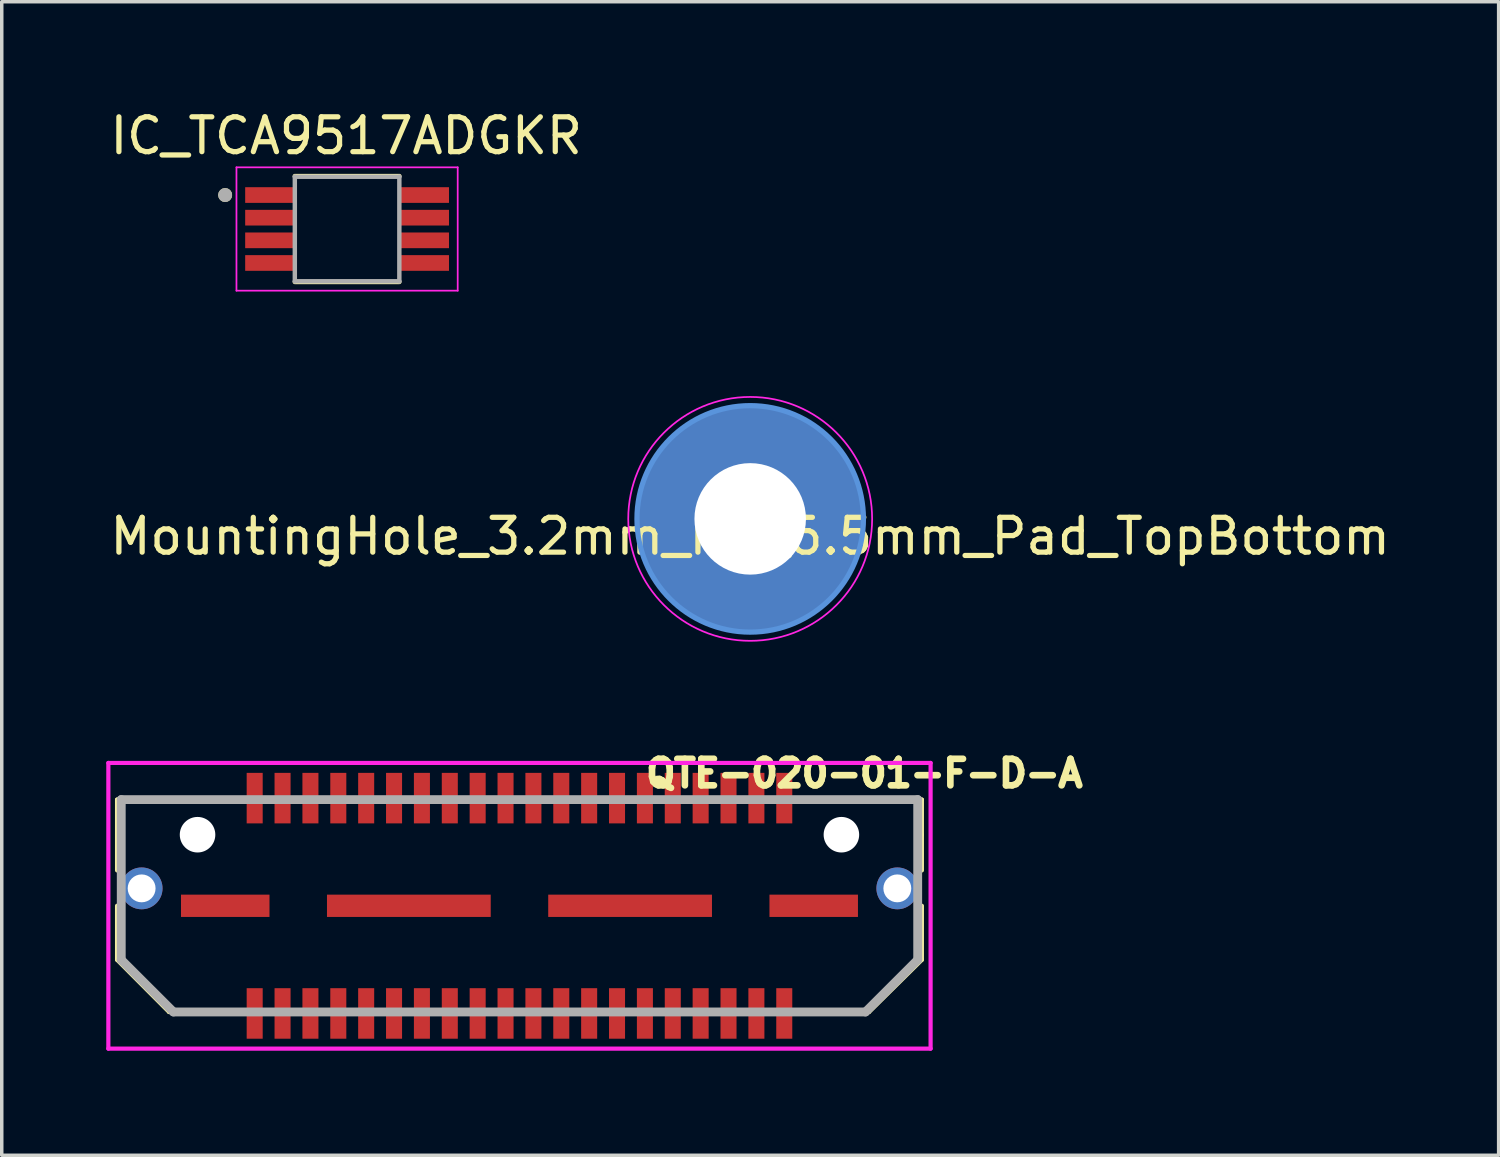
<source format=kicad_pcb>
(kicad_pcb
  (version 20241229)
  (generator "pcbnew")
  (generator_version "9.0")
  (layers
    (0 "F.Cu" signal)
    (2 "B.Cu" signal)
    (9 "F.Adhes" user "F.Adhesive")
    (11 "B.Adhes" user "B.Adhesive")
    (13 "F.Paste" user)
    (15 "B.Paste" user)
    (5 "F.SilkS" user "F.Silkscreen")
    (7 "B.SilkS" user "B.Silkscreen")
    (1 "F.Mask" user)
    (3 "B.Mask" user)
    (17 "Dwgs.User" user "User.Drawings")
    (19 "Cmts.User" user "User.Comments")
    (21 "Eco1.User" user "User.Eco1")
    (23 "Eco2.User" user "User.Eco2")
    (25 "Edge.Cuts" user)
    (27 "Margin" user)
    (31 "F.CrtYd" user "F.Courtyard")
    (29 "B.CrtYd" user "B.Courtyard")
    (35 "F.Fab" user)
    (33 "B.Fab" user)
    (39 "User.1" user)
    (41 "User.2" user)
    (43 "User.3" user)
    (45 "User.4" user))
  (footprint "QTE-020-01-F-D-A"
    (layer "F.Cu")
    (at 11.86 22.948)
    (property "Reference" "QTE-020-01-F-D-A" (at 9.9 -3.8 0) (layer "F.SilkS") (effects (font (size 0.762 0.762) (thickness 0.191))))
    (attr through_hole)
    (fp_line (start -11.55 -3.048) (end -8.248 -3.048) (stroke (width 0.12) (type solid)) (layer "F.SilkS"))
    (fp_line (start -11.55 -2.032) (end -11.55 -3.048) (stroke (width 0.12) (type solid)) (layer "F.SilkS"))
    (fp_line (start -11.55 -1.016) (end -11.55 -2.032) (stroke (width 0.12) (type solid)) (layer "F.SilkS"))
    (fp_line (start -11.55 1.55) (end -11.55 0) (stroke (width 0.12) (type solid)) (layer "F.SilkS"))
    (fp_line (start -10.058 3.048) (end -11.55 1.55) (stroke (width 0.12) (type solid)) (layer "F.SilkS"))
    (fp_line (start -8.248 3.048) (end -10.058 3.048) (stroke (width 0.12) (type solid)) (layer "F.SilkS"))
    (fp_line (start 8.248 3.048) (end 10.033 3.048) (stroke (width 0.12) (type solid)) (layer "F.SilkS"))
    (fp_line (start 10.033 3.048) (end 11.55 1.55) (stroke (width 0.12) (type solid)) (layer "F.SilkS"))
    (fp_line (start 11.55 -3.048) (end 8.248 -3.048) (stroke (width 0.12) (type solid)) (layer "F.SilkS"))
    (fp_line (start 11.55 -2.032) (end 11.55 -3.048) (stroke (width 0.12) (type solid)) (layer "F.SilkS"))
    (fp_line (start 11.55 -1.016) (end 11.55 -2.032) (stroke (width 0.12) (type solid)) (layer "F.SilkS"))
    (fp_line (start 11.55 1.55) (end 11.55 0) (stroke (width 0.12) (type solid)) (layer "F.SilkS"))
    (fp_line (start -11.8 -4.1) (end -11.8 4.1) (stroke (width 0.12) (type solid)) (layer "F.CrtYd"))
    (fp_line (start -11.8 4.1) (end 11.8 4.1) (stroke (width 0.12) (type solid)) (layer "F.CrtYd"))
    (fp_line (start 11.8 -4.1) (end -11.8 -4.1) (stroke (width 0.12) (type solid)) (layer "F.CrtYd"))
    (fp_line (start 11.8 4.1) (end 11.8 -4.1) (stroke (width 0.12) (type solid)) (layer "F.CrtYd"))
    (fp_line (start -11.43 -3.048) (end 11.43 -3.048) (stroke (width 0.254) (type solid)) (layer "F.Fab"))
    (fp_line (start -11.43 1.55) (end -11.43 -3.048) (stroke (width 0.254) (type solid)) (layer "F.Fab"))
    (fp_line (start -9.931 3.048) (end -11.43 1.55) (stroke (width 0.254) (type solid)) (layer "F.Fab"))
    (fp_line (start 9.931 3.048) (end -9.931 3.048) (stroke (width 0.254) (type solid)) (layer "F.Fab"))
    (fp_line (start 11.43 -3.048) (end 11.43 1.55) (stroke (width 0.254) (type solid)) (layer "F.Fab"))
    (fp_line (start 11.43 1.55) (end 9.931 3.048) (stroke (width 0.254) (type solid)) (layer "F.Fab"))
    (pad "" np_thru_hole circle (at -9.24 -2.04 180) (size 1.02 1.02) (drill 1.02) (layers "*.Cu" "*.Mask"))
    (pad "" np_thru_hole circle (at 9.24 -2.04 180) (size 1.02 1.02) (drill 1.02) (layers "*.Cu" "*.Mask"))
    (pad "0" smd rect (at -8.445 0) (size 2.54 0.64) (layers "F.Cu" "F.Mask" "F.Paste"))
    (pad "0" smd rect (at -3.175 0) (size 4.7 0.64) (layers "F.Cu" "F.Mask" "F.Paste"))
    (pad "0" smd rect (at 3.175 0) (size 4.7 0.64) (layers "F.Cu" "F.Mask" "F.Paste"))
    (pad "0" smd rect (at 8.445 0) (size 2.54 0.64) (layers "F.Cu" "F.Mask" "F.Paste"))
    (pad "1" smd rect (at -7.6 -3.09) (size 0.46 1.45) (layers "F.Cu" "F.Mask" "F.Paste"))
    (pad "2" smd rect (at -7.6 3.09) (size 0.46 1.45) (layers "F.Cu" "F.Mask" "F.Paste"))
    (pad "3" smd rect (at -6.8 -3.09) (size 0.46 1.45) (layers "F.Cu" "F.Mask" "F.Paste"))
    (pad "4" smd rect (at -6.8 3.09) (size 0.46 1.45) (layers "F.Cu" "F.Mask" "F.Paste"))
    (pad "5" smd rect (at -6 -3.09) (size 0.46 1.45) (layers "F.Cu" "F.Mask" "F.Paste"))
    (pad "6" smd rect (at -6 3.09) (size 0.46 1.45) (layers "F.Cu" "F.Mask" "F.Paste"))
    (pad "7" smd rect (at -5.2 -3.09) (size 0.46 1.45) (layers "F.Cu" "F.Mask" "F.Paste"))
    (pad "8" smd rect (at -5.2 3.09) (size 0.46 1.45) (layers "F.Cu" "F.Mask" "F.Paste"))
    (pad "9" smd rect (at -4.4 -3.09) (size 0.46 1.45) (layers "F.Cu" "F.Mask" "F.Paste"))
    (pad "10" smd rect (at -4.4 3.09) (size 0.46 1.45) (layers "F.Cu" "F.Mask" "F.Paste"))
    (pad "11" smd rect (at -3.6 -3.09) (size 0.46 1.45) (layers "F.Cu" "F.Mask" "F.Paste"))
    (pad "12" smd rect (at -3.6 3.09) (size 0.46 1.45) (layers "F.Cu" "F.Mask" "F.Paste"))
    (pad "13" smd rect (at -2.8 -3.09) (size 0.46 1.45) (layers "F.Cu" "F.Mask" "F.Paste"))
    (pad "14" smd rect (at -2.8 3.09) (size 0.46 1.45) (layers "F.Cu" "F.Mask" "F.Paste"))
    (pad "15" smd rect (at -2 -3.09) (size 0.46 1.45) (layers "F.Cu" "F.Mask" "F.Paste"))
    (pad "16" smd rect (at -2 3.09) (size 0.46 1.45) (layers "F.Cu" "F.Mask" "F.Paste"))
    (pad "17" smd rect (at -1.2 -3.09) (size 0.46 1.45) (layers "F.Cu" "F.Mask" "F.Paste"))
    (pad "18" smd rect (at -1.2 3.09) (size 0.46 1.45) (layers "F.Cu" "F.Mask" "F.Paste"))
    (pad "19" smd rect (at -0.4 -3.09) (size 0.46 1.45) (layers "F.Cu" "F.Mask" "F.Paste"))
    (pad "20" smd rect (at -0.4 3.09) (size 0.46 1.45) (layers "F.Cu" "F.Mask" "F.Paste"))
    (pad "21" smd rect (at 0.4 -3.09) (size 0.46 1.45) (layers "F.Cu" "F.Mask" "F.Paste"))
    (pad "22" smd rect (at 0.4 3.09) (size 0.46 1.45) (layers "F.Cu" "F.Mask" "F.Paste"))
    (pad "23" smd rect (at 1.2 -3.09) (size 0.46 1.45) (layers "F.Cu" "F.Mask" "F.Paste"))
    (pad "24" smd rect (at 1.2 3.09) (size 0.46 1.45) (layers "F.Cu" "F.Mask" "F.Paste"))
    (pad "25" smd rect (at 2 -3.09) (size 0.46 1.45) (layers "F.Cu" "F.Mask" "F.Paste"))
    (pad "26" smd rect (at 2 3.09) (size 0.46 1.45) (layers "F.Cu" "F.Mask" "F.Paste"))
    (pad "27" smd rect (at 2.8 -3.09) (size 0.46 1.45) (layers "F.Cu" "F.Mask" "F.Paste"))
    (pad "28" smd rect (at 2.8 3.09) (size 0.46 1.45) (layers "F.Cu" "F.Mask" "F.Paste"))
    (pad "29" smd rect (at 3.6 -3.09) (size 0.46 1.45) (layers "F.Cu" "F.Mask" "F.Paste"))
    (pad "30" smd rect (at 3.6 3.09) (size 0.46 1.45) (layers "F.Cu" "F.Mask" "F.Paste"))
    (pad "31" smd rect (at 4.4 -3.09) (size 0.46 1.45) (layers "F.Cu" "F.Mask" "F.Paste"))
    (pad "32" smd rect (at 4.4 3.09) (size 0.46 1.45) (layers "F.Cu" "F.Mask" "F.Paste"))
    (pad "33" smd rect (at 5.2 -3.09) (size 0.46 1.45) (layers "F.Cu" "F.Mask" "F.Paste"))
    (pad "34" smd rect (at 5.2 3.09) (size 0.46 1.45) (layers "F.Cu" "F.Mask" "F.Paste"))
    (pad "35" smd rect (at 6 -3.09) (size 0.46 1.45) (layers "F.Cu" "F.Mask" "F.Paste"))
    (pad "36" smd rect (at 6 3.09) (size 0.46 1.45) (layers "F.Cu" "F.Mask" "F.Paste"))
    (pad "37" smd rect (at 6.8 -3.09) (size 0.46 1.45) (layers "F.Cu" "F.Mask" "F.Paste"))
    (pad "38" smd rect (at 6.8 3.09) (size 0.46 1.45) (layers "F.Cu" "F.Mask" "F.Paste"))
    (pad "39" smd rect (at 7.6 -3.09) (size 0.46 1.45) (layers "F.Cu" "F.Mask" "F.Paste"))
    (pad "40" smd rect (at 7.6 3.09) (size 0.46 1.45) (layers "F.Cu" "F.Mask" "F.Paste"))
    (pad "MH" thru_hole circle (at -10.845 -0.5 180) (size 1.2 1.2) (drill 0.8) (layers "*.Cu" "*.Mask"))
    (pad "MH" thru_hole circle (at 10.845 -0.5 180) (size 1.2 1.2) (drill 0.8) (layers "*.Cu" "*.Mask")))
  (footprint "MountingHole_3.2mm_M3_6.5mm_Pad_TopBottom"
    (layer "F.Cu")
    (at 18.482 11.843)
    (property "Reference" "MountingHole_3.2mm_M3_6.5mm_Pad_TopBottom" (at 0 0.5 0) (layer "F.SilkS") (effects (font (size 1 1) (thickness 0.15))))
    (attr through_hole)
    (fp_circle (center 0 0) (end 3.25 0) (stroke (width 0.15) (type solid)) (fill no) (layer "Cmts.User"))
    (fp_circle (center 0 0) (end 3.5 0) (stroke (width 0.05) (type solid)) (fill no) (layer "F.CrtYd"))
    (pad "1" thru_hole circle (at 0 0) (size 3.6 3.6) (drill 3.2) (layers "*.Cu" "*.Mask"))
    (pad "1" connect circle (at 0 0) (size 6.5 6.5) (layers "F.Cu" "F.Mask"))
    (pad "1" connect circle (at 0 0) (size 6.5 6.5) (layers "B.Cu" "B.Mask")))
  (footprint "IC_TCA9517ADGKR"
    (layer "F.Cu")
    (at 6.912 3.523)
    (property "Reference" "IC_TCA9517ADGKR" (at -0.025 -2.675 0) (layer "F.SilkS") (effects (font (size 1 1) (thickness 0.15))))
    (attr smd)
    (fp_poly (pts (xy -2.975 -1.25) (xy -1.425 -1.25) (xy -1.425 -0.7) (xy -2.975 -0.7)) (stroke (width 0.01) (type solid)) (fill yes) (layer "F.Mask"))
    (fp_poly (pts (xy -2.975 -0.6) (xy -1.425 -0.6) (xy -1.425 -0.05) (xy -2.975 -0.05)) (stroke (width 0.01) (type solid)) (fill yes) (layer "F.Mask"))
    (fp_poly (pts (xy -2.975 0.05) (xy -1.425 0.05) (xy -1.425 0.6) (xy -2.975 0.6)) (stroke (width 0.01) (type solid)) (fill yes) (layer "F.Mask"))
    (fp_poly (pts (xy -2.975 0.7) (xy -1.425 0.7) (xy -1.425 1.25) (xy -2.975 1.25)) (stroke (width 0.01) (type solid)) (fill yes) (layer "F.Mask"))
    (fp_poly (pts (xy 1.425 -1.25) (xy 2.975 -1.25) (xy 2.975 -0.7) (xy 1.425 -0.7)) (stroke (width 0.01) (type solid)) (fill yes) (layer "F.Mask"))
    (fp_poly (pts (xy 1.425 -0.6) (xy 2.975 -0.6) (xy 2.975 -0.05) (xy 1.425 -0.05)) (stroke (width 0.01) (type solid)) (fill yes) (layer "F.Mask"))
    (fp_poly (pts (xy 1.425 0.05) (xy 2.975 0.05) (xy 2.975 0.6) (xy 1.425 0.6)) (stroke (width 0.01) (type solid)) (fill yes) (layer "F.Mask"))
    (fp_poly (pts (xy 1.425 0.7) (xy 2.975 0.7) (xy 2.975 1.25) (xy 1.425 1.25)) (stroke (width 0.01) (type solid)) (fill yes) (layer "F.Mask"))
    (fp_line (start -1.5 -1.52) (end 1.5 -1.52) (stroke (width 0.127) (type solid)) (layer "F.SilkS"))
    (fp_line (start -1.5 1.52) (end 1.5 1.52) (stroke (width 0.127) (type solid)) (layer "F.SilkS"))
    (fp_circle (center -3.5 -0.975) (end -3.4 -0.975) (stroke (width 0.2) (type solid)) (fill no) (layer "F.SilkS"))
    (fp_line (start -3.175 -1.77) (end -3.175 1.77) (stroke (width 0.05) (type solid)) (layer "F.CrtYd"))
    (fp_line (start -3.175 1.77) (end 3.175 1.77) (stroke (width 0.05) (type solid)) (layer "F.CrtYd"))
    (fp_line (start 3.175 -1.77) (end -3.175 -1.77) (stroke (width 0.05) (type solid)) (layer "F.CrtYd"))
    (fp_line (start 3.175 1.77) (end 3.175 -1.77) (stroke (width 0.05) (type solid)) (layer "F.CrtYd"))
    (fp_line (start -1.5 -1.5) (end -1.5 1.5) (stroke (width 0.127) (type solid)) (layer "F.Fab"))
    (fp_line (start -1.5 1.5) (end 1.5 1.5) (stroke (width 0.127) (type solid)) (layer "F.Fab"))
    (fp_line (start 1.5 -1.5) (end -1.5 -1.5) (stroke (width 0.127) (type solid)) (layer "F.Fab"))
    (fp_line (start 1.5 1.5) (end 1.5 -1.5) (stroke (width 0.127) (type solid)) (layer "F.Fab"))
    (fp_circle (center -3.5 -0.975) (end -3.4 -0.975) (stroke (width 0.2) (type solid)) (fill no) (layer "F.Fab"))
    (pad "1" smd rect (at -2.2 -0.975) (size 1.45 0.45) (layers "F.Cu" "F.Paste"))
    (pad "2" smd rect (at -2.2 -0.325) (size 1.45 0.45) (layers "F.Cu" "F.Paste"))
    (pad "3" smd rect (at -2.2 0.325) (size 1.45 0.45) (layers "F.Cu" "F.Paste"))
    (pad "4" smd rect (at -2.2 0.975) (size 1.45 0.45) (layers "F.Cu" "F.Paste"))
    (pad "5" smd rect (at 2.2 0.975) (size 1.45 0.45) (layers "F.Cu" "F.Paste"))
    (pad "6" smd rect (at 2.2 0.325) (size 1.45 0.45) (layers "F.Cu" "F.Paste"))
    (pad "7" smd rect (at 2.2 -0.325) (size 1.45 0.45) (layers "F.Cu" "F.Paste"))
    (pad "8" smd rect (at 2.2 -0.975) (size 1.45 0.45) (layers "F.Cu" "F.Paste")))
  (gr_rect
    (start -3 -3)
    (end 39.964 30.108)
    (stroke (width 0.1) (type default))
    (fill no)
    (layer "Edge.Cuts")))
</source>
